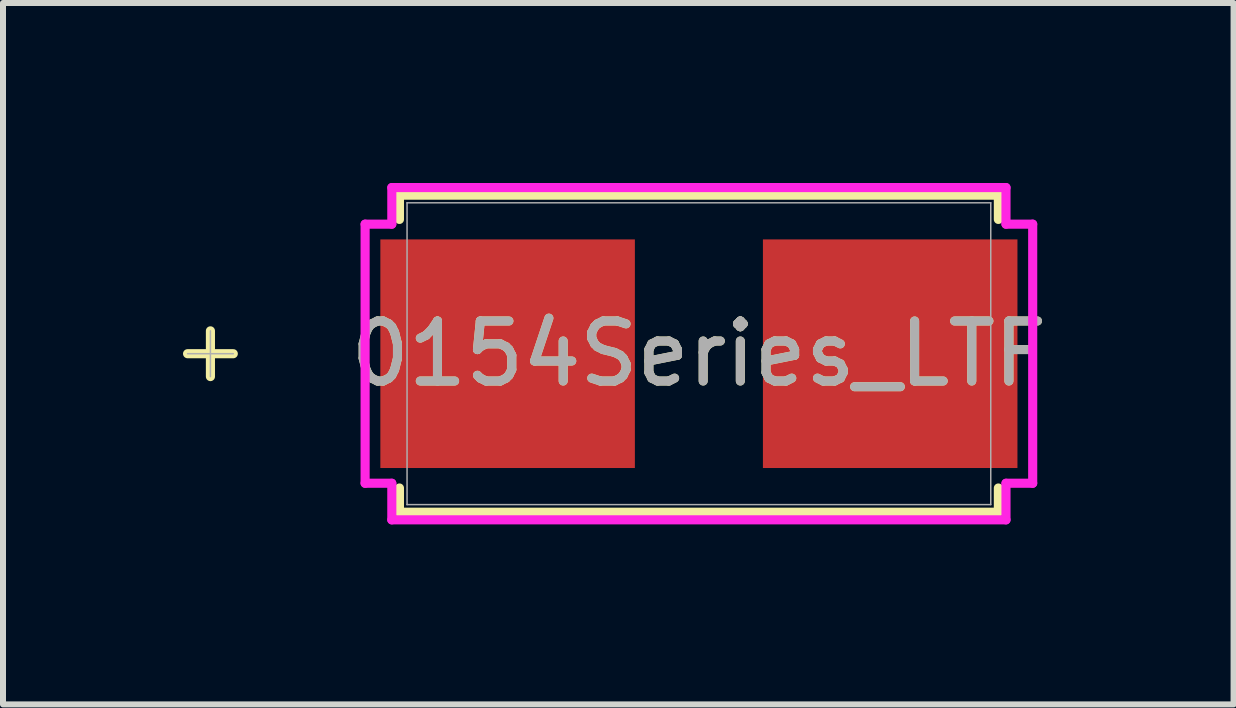
<source format=kicad_pcb>
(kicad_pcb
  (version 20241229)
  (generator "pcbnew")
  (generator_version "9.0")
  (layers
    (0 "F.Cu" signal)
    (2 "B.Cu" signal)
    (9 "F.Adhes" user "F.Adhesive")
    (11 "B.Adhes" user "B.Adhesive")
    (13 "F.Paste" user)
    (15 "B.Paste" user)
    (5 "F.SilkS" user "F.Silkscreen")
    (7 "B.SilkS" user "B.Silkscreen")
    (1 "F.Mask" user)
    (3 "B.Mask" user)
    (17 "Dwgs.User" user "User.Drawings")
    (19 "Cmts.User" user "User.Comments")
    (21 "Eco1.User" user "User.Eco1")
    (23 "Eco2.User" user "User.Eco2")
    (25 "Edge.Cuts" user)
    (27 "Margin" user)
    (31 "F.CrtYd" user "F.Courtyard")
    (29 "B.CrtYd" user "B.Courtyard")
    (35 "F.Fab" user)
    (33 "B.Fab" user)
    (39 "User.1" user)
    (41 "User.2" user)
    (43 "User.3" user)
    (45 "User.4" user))
  (footprint "0154Series_LTF"
    (layer "F.Cu")
    (at 8.598 2.845)
    (property "Reference" "0154Series_LTF" (at 0 0 0) (unlocked yes) (layer "F.SilkS") (effects (font (size 1 1) (thickness 0.15))))
    (attr smd)
    (fp_line (start -8.141 -0.381) (end -8.141 0.381) (stroke (width 0.152) (type solid)) (layer "F.SilkS"))
    (fp_line (start -7.76 0) (end -8.522 0) (stroke (width 0.152) (type solid)) (layer "F.SilkS"))
    (fp_line (start -4.991 -2.642) (end -4.991 -2.238) (stroke (width 0.152) (type solid)) (layer "F.SilkS"))
    (fp_line (start -4.991 2.238) (end -4.991 2.642) (stroke (width 0.152) (type solid)) (layer "F.SilkS"))
    (fp_line (start -4.991 2.642) (end 4.991 2.642) (stroke (width 0.152) (type solid)) (layer "F.SilkS"))
    (fp_line (start 4.991 -2.642) (end -4.991 -2.642) (stroke (width 0.152) (type solid)) (layer "F.SilkS"))
    (fp_line (start 4.991 -2.238) (end 4.991 -2.642) (stroke (width 0.152) (type solid)) (layer "F.SilkS"))
    (fp_line (start 4.991 2.642) (end 4.991 2.238) (stroke (width 0.152) (type solid)) (layer "F.SilkS"))
    (fp_line (start -5.563 -2.159) (end -5.118 -2.159) (stroke (width 0.152) (type solid)) (layer "F.CrtYd"))
    (fp_line (start -5.563 2.159) (end -5.563 -2.159) (stroke (width 0.152) (type solid)) (layer "F.CrtYd"))
    (fp_line (start -5.118 -2.769) (end 5.118 -2.769) (stroke (width 0.152) (type solid)) (layer "F.CrtYd"))
    (fp_line (start -5.118 -2.159) (end -5.118 -2.769) (stroke (width 0.152) (type solid)) (layer "F.CrtYd"))
    (fp_line (start -5.118 2.159) (end -5.563 2.159) (stroke (width 0.152) (type solid)) (layer "F.CrtYd"))
    (fp_line (start -5.118 2.769) (end -5.118 2.159) (stroke (width 0.152) (type solid)) (layer "F.CrtYd"))
    (fp_line (start 5.118 -2.769) (end 5.118 -2.159) (stroke (width 0.152) (type solid)) (layer "F.CrtYd"))
    (fp_line (start 5.118 -2.159) (end 5.563 -2.159) (stroke (width 0.152) (type solid)) (layer "F.CrtYd"))
    (fp_line (start 5.118 2.159) (end 5.118 2.769) (stroke (width 0.152) (type solid)) (layer "F.CrtYd"))
    (fp_line (start 5.118 2.769) (end -5.118 2.769) (stroke (width 0.152) (type solid)) (layer "F.CrtYd"))
    (fp_line (start 5.563 -2.159) (end 5.563 2.159) (stroke (width 0.152) (type solid)) (layer "F.CrtYd"))
    (fp_line (start 5.563 2.159) (end 5.118 2.159) (stroke (width 0.152) (type solid)) (layer "F.CrtYd"))
    (fp_line (start -8.141 -0.381) (end -8.141 0.381) (stroke (width 0.025) (type solid)) (layer "F.Fab"))
    (fp_line (start -7.76 0) (end -8.522 0) (stroke (width 0.025) (type solid)) (layer "F.Fab"))
    (fp_line (start -4.864 -2.515) (end -4.864 2.515) (stroke (width 0.025) (type solid)) (layer "F.Fab"))
    (fp_line (start -4.864 2.515) (end 4.864 2.515) (stroke (width 0.025) (type solid)) (layer "F.Fab"))
    (fp_line (start 4.864 -2.515) (end -4.864 -2.515) (stroke (width 0.025) (type solid)) (layer "F.Fab"))
    (fp_line (start 4.864 2.515) (end 4.864 -2.515) (stroke (width 0.025) (type solid)) (layer "F.Fab"))
    (fp_text user "${REFERENCE}" (at 0 0 0) (unlocked yes) (layer "F.Fab") (effects (font (size 1 1) (thickness 0.15))))
    (pad "1" smd rect (at -3.188 0) (size 4.242 3.81) (layers "F.Cu" "F.Mask" "F.Paste"))
    (pad "2" smd rect (at 3.188 0) (size 4.242 3.81) (layers "F.Cu" "F.Mask" "F.Paste"))
    (zone (net_name "") (layer "F.Cu") (hatch full 0.508) (connect_pads) (min_thickness 0.254) (filled_areas_thickness no) (keepout (tracks not_allowed) (vias not_allowed) (pads allowed) (copperpour not_allowed) (footprints allowed)) (placement (enabled no)) (fill) (polygon (pts (xy 3.785 0.381) (xy 13.411 0.381) (xy 13.411 0.889) (xy 3.785 0.889))))
    (zone (net_name "") (layer "F.Cu") (hatch full 0.508) (connect_pads) (min_thickness 0.254) (filled_areas_thickness no) (keepout (tracks not_allowed) (vias not_allowed) (pads allowed) (copperpour not_allowed) (footprints allowed)) (placement (enabled no)) (fill) (polygon (pts (xy 3.785 4.801) (xy 13.411 4.801) (xy 13.411 5.309) (xy 3.785 5.309))))
    (zone (net_name "") (layer "F.Cu") (hatch full 0.508) (connect_pads) (min_thickness 0.254) (filled_areas_thickness no) (keepout (tracks not_allowed) (vias not_allowed) (pads allowed) (copperpour not_allowed) (footprints allowed)) (placement (enabled no)) (fill) (polygon (pts (xy 7.328 0.889) (xy 9.868 0.889) (xy 9.868 4.801) (xy 7.328 4.801)))))
  (gr_rect
    (start -3 -3)
    (end 17.509 8.69)
    (stroke (width 0.1) (type default))
    (fill no)
    (layer "Edge.Cuts")))
</source>
